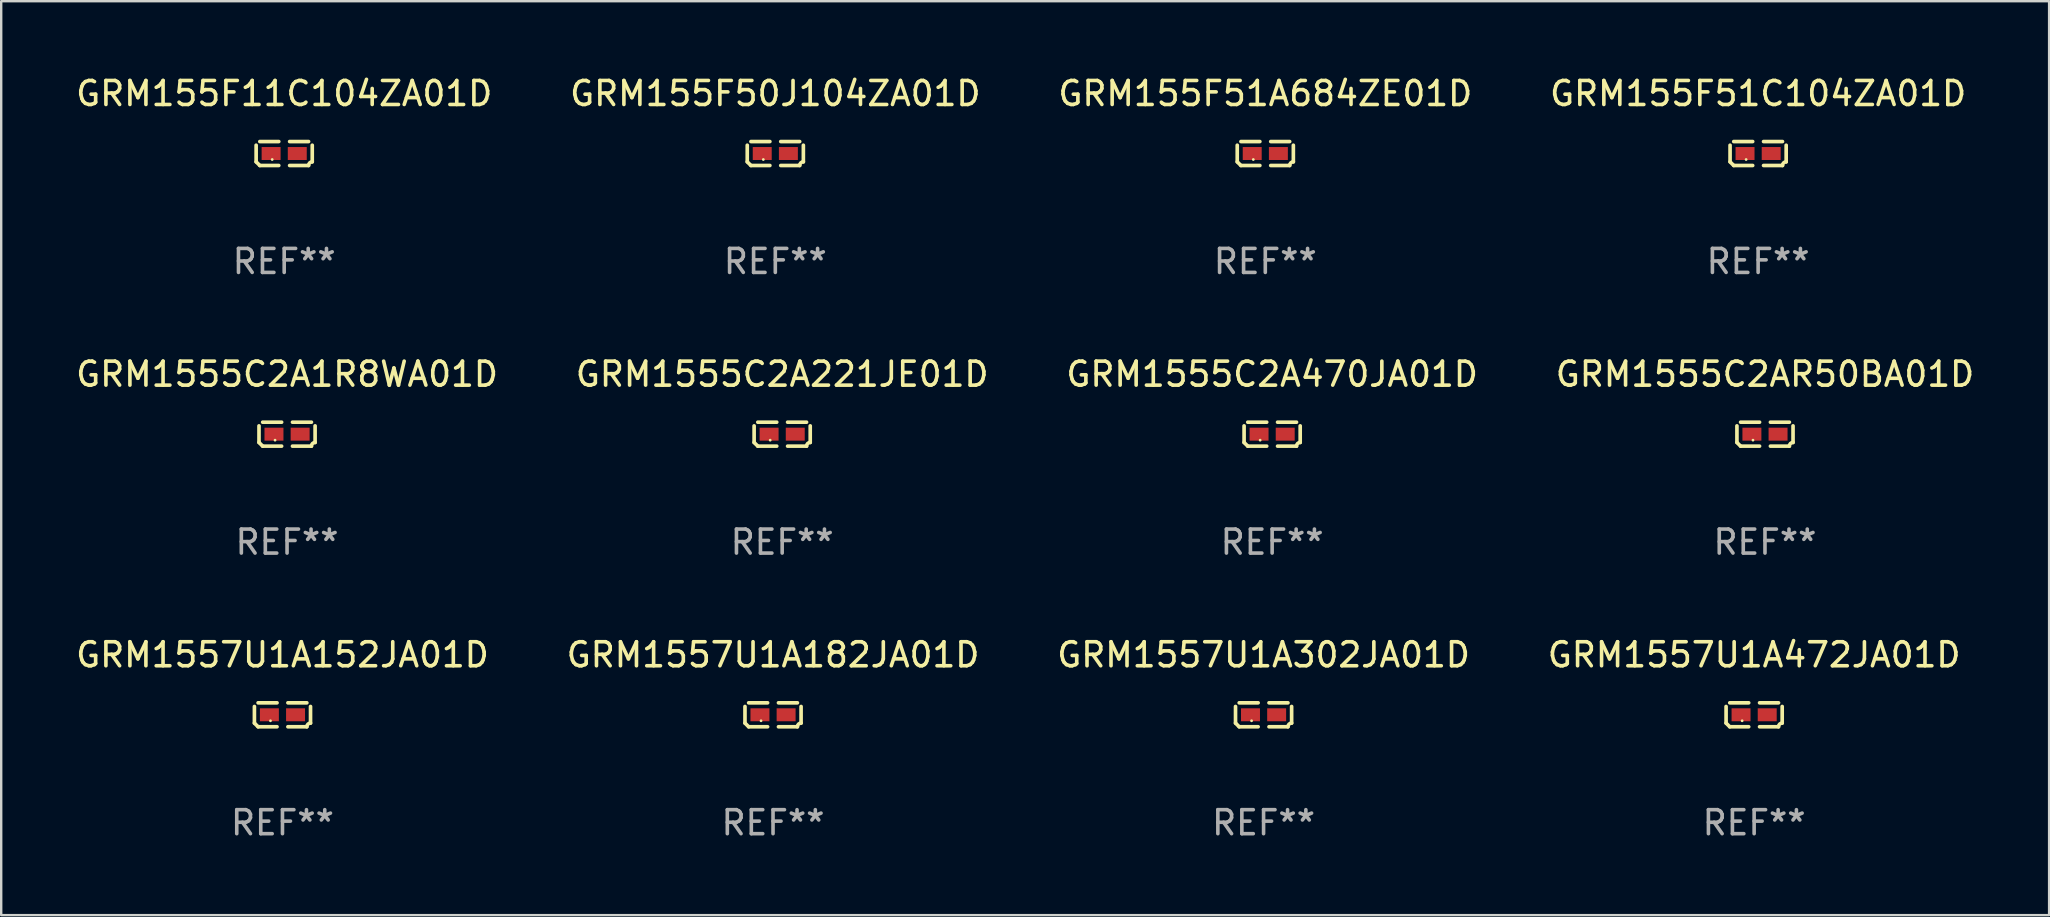
<source format=kicad_pcb>
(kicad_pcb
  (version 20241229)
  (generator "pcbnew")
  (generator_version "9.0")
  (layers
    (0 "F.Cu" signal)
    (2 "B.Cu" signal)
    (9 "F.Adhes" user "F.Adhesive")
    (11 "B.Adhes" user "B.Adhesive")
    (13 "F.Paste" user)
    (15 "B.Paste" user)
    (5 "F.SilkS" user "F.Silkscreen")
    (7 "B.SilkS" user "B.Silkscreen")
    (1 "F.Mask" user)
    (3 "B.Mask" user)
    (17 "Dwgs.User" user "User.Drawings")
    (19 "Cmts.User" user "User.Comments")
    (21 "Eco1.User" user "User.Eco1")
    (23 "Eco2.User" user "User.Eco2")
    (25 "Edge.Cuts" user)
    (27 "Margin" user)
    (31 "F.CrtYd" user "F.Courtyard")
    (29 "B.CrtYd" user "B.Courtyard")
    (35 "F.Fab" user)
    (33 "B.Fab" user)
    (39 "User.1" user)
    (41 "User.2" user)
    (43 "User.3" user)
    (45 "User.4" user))
  (footprint "GRM1557U1A152JA01D"
    (layer "F.Cu")
    (at 8.72 26.734)
    (property "Reference" "GRM1557U1A152JA01D" (at 0 -2.499 0) (layer "F.SilkS") (effects (font (size 1 1) (thickness 0.15))))
    (attr through_hole)
    (fp_line (start -1.169 0.346) (end -1.169 -0.346) (stroke (width 0.152) (type solid)) (layer "F.SilkS"))
    (fp_line (start -1.016 -0.499) (end -0.226 -0.499) (stroke (width 0.152) (type solid)) (layer "F.SilkS"))
    (fp_line (start -0.226 0.499) (end -1.016 0.499) (stroke (width 0.152) (type solid)) (layer "F.SilkS"))
    (fp_line (start 0.226 0.499) (end 1.016 0.499) (stroke (width 0.152) (type solid)) (layer "F.SilkS"))
    (fp_line (start 1.016 -0.499) (end 0.226 -0.499) (stroke (width 0.152) (type solid)) (layer "F.SilkS"))
    (fp_line (start 1.169 0.346) (end 1.169 -0.346) (stroke (width 0.152) (type solid)) (layer "F.SilkS"))
    (fp_arc (start -1.016307 0.498603) (mid -1.092512 0.422405) (end -1.16871 0.3462) (stroke (width 0.1524) (type solid)) (layer "F.SilkS"))
    (fp_arc (start 1.016307 0.498603) (mid 1.060899 0.390758) (end 1.168707 0.346076) (stroke (width 0.1524) (type solid)) (layer "F.SilkS"))
    (fp_circle (center -0.5 0.25) (end -0.47 0.25) (stroke (width 0.06) (type solid)) (fill no) (layer "F.SilkS"))
    (fp_text user "REF**" (at 0 4.499 0) (layer "F.Fab") (effects (font (size 1 1) (thickness 0.15))))
    (pad "1" smd rect (at -0.545 0) (size 0.79 0.54) (layers "F.Cu" "F.Mask" "F.Paste"))
    (pad "2" smd rect (at 0.545 0) (size 0.79 0.54) (layers "F.Cu" "F.Mask" "F.Paste")))
  (footprint "GRM155F51A684ZE01D"
    (layer "F.Cu")
    (at 49.673 3.347)
    (property "Reference" "GRM155F51A684ZE01D" (at 0 -2.499 0) (layer "F.SilkS") (effects (font (size 1 1) (thickness 0.15))))
    (attr through_hole)
    (fp_line (start -1.169 0.346) (end -1.169 -0.346) (stroke (width 0.152) (type solid)) (layer "F.SilkS"))
    (fp_line (start -1.016 -0.499) (end -0.226 -0.499) (stroke (width 0.152) (type solid)) (layer "F.SilkS"))
    (fp_line (start -0.226 0.499) (end -1.016 0.499) (stroke (width 0.152) (type solid)) (layer "F.SilkS"))
    (fp_line (start 0.226 0.499) (end 1.016 0.499) (stroke (width 0.152) (type solid)) (layer "F.SilkS"))
    (fp_line (start 1.016 -0.499) (end 0.226 -0.499) (stroke (width 0.152) (type solid)) (layer "F.SilkS"))
    (fp_line (start 1.169 0.346) (end 1.169 -0.346) (stroke (width 0.152) (type solid)) (layer "F.SilkS"))
    (fp_arc (start -1.016307 0.498603) (mid -1.092512 0.422405) (end -1.16871 0.3462) (stroke (width 0.1524) (type solid)) (layer "F.SilkS"))
    (fp_arc (start 1.016307 0.498603) (mid 1.060899 0.390758) (end 1.168707 0.346076) (stroke (width 0.1524) (type solid)) (layer "F.SilkS"))
    (fp_circle (center -0.5 0.25) (end -0.47 0.25) (stroke (width 0.06) (type solid)) (fill no) (layer "F.SilkS"))
    (fp_text user "REF**" (at 0 4.499 0) (layer "F.Fab") (effects (font (size 1 1) (thickness 0.15))))
    (pad "1" smd rect (at -0.545 0) (size 0.79 0.54) (layers "F.Cu" "F.Mask" "F.Paste"))
    (pad "2" smd rect (at 0.545 0) (size 0.79 0.54) (layers "F.Cu" "F.Mask" "F.Paste")))
  (footprint "GRM155F50J104ZA01D"
    (layer "F.Cu")
    (at 29.256 3.347)
    (property "Reference" "GRM155F50J104ZA01D" (at 0 -2.499 0) (layer "F.SilkS") (effects (font (size 1 1) (thickness 0.15))))
    (attr through_hole)
    (fp_line (start -1.169 0.346) (end -1.169 -0.346) (stroke (width 0.152) (type solid)) (layer "F.SilkS"))
    (fp_line (start -1.016 -0.499) (end -0.226 -0.499) (stroke (width 0.152) (type solid)) (layer "F.SilkS"))
    (fp_line (start -0.226 0.499) (end -1.016 0.499) (stroke (width 0.152) (type solid)) (layer "F.SilkS"))
    (fp_line (start 0.226 0.499) (end 1.016 0.499) (stroke (width 0.152) (type solid)) (layer "F.SilkS"))
    (fp_line (start 1.016 -0.499) (end 0.226 -0.499) (stroke (width 0.152) (type solid)) (layer "F.SilkS"))
    (fp_line (start 1.169 0.346) (end 1.169 -0.346) (stroke (width 0.152) (type solid)) (layer "F.SilkS"))
    (fp_arc (start -1.016307 0.498603) (mid -1.092512 0.422405) (end -1.16871 0.3462) (stroke (width 0.1524) (type solid)) (layer "F.SilkS"))
    (fp_arc (start 1.016307 0.498603) (mid 1.060899 0.390758) (end 1.168707 0.346076) (stroke (width 0.1524) (type solid)) (layer "F.SilkS"))
    (fp_circle (center -0.5 0.25) (end -0.47 0.25) (stroke (width 0.06) (type solid)) (fill no) (layer "F.SilkS"))
    (fp_text user "REF**" (at 0 4.499 0) (layer "F.Fab") (effects (font (size 1 1) (thickness 0.15))))
    (pad "1" smd rect (at -0.545 0) (size 0.79 0.54) (layers "F.Cu" "F.Mask" "F.Paste"))
    (pad "2" smd rect (at 0.545 0) (size 0.79 0.54) (layers "F.Cu" "F.Mask" "F.Paste")))
  (footprint "GRM1555C2A1R8WA01D"
    (layer "F.Cu")
    (at 8.911 15.041)
    (property "Reference" "GRM1555C2A1R8WA01D" (at 0 -2.499 0) (layer "F.SilkS") (effects (font (size 1 1) (thickness 0.15))))
    (attr through_hole)
    (fp_line (start -1.169 0.346) (end -1.169 -0.346) (stroke (width 0.152) (type solid)) (layer "F.SilkS"))
    (fp_line (start -1.016 -0.499) (end -0.226 -0.499) (stroke (width 0.152) (type solid)) (layer "F.SilkS"))
    (fp_line (start -0.226 0.499) (end -1.016 0.499) (stroke (width 0.152) (type solid)) (layer "F.SilkS"))
    (fp_line (start 0.226 0.499) (end 1.016 0.499) (stroke (width 0.152) (type solid)) (layer "F.SilkS"))
    (fp_line (start 1.016 -0.499) (end 0.226 -0.499) (stroke (width 0.152) (type solid)) (layer "F.SilkS"))
    (fp_line (start 1.169 0.346) (end 1.169 -0.346) (stroke (width 0.152) (type solid)) (layer "F.SilkS"))
    (fp_arc (start -1.016307 0.498603) (mid -1.092512 0.422405) (end -1.16871 0.3462) (stroke (width 0.1524) (type solid)) (layer "F.SilkS"))
    (fp_arc (start 1.016307 0.498603) (mid 1.060899 0.390758) (end 1.168707 0.346076) (stroke (width 0.1524) (type solid)) (layer "F.SilkS"))
    (fp_circle (center -0.5 0.25) (end -0.47 0.25) (stroke (width 0.06) (type solid)) (fill no) (layer "F.SilkS"))
    (fp_text user "REF**" (at 0 4.499 0) (layer "F.Fab") (effects (font (size 1 1) (thickness 0.15))))
    (pad "1" smd rect (at -0.545 0) (size 0.79 0.54) (layers "F.Cu" "F.Mask" "F.Paste"))
    (pad "2" smd rect (at 0.545 0) (size 0.79 0.54) (layers "F.Cu" "F.Mask" "F.Paste")))
  (footprint "GRM155F11C104ZA01D"
    (layer "F.Cu")
    (at 8.792 3.347)
    (property "Reference" "GRM155F11C104ZA01D" (at 0 -2.499 0) (layer "F.SilkS") (effects (font (size 1 1) (thickness 0.15))))
    (attr through_hole)
    (fp_line (start -1.169 0.346) (end -1.169 -0.346) (stroke (width 0.152) (type solid)) (layer "F.SilkS"))
    (fp_line (start -1.016 -0.499) (end -0.226 -0.499) (stroke (width 0.152) (type solid)) (layer "F.SilkS"))
    (fp_line (start -0.226 0.499) (end -1.016 0.499) (stroke (width 0.152) (type solid)) (layer "F.SilkS"))
    (fp_line (start 0.226 0.499) (end 1.016 0.499) (stroke (width 0.152) (type solid)) (layer "F.SilkS"))
    (fp_line (start 1.016 -0.499) (end 0.226 -0.499) (stroke (width 0.152) (type solid)) (layer "F.SilkS"))
    (fp_line (start 1.169 0.346) (end 1.169 -0.346) (stroke (width 0.152) (type solid)) (layer "F.SilkS"))
    (fp_arc (start -1.016307 0.498603) (mid -1.092512 0.422405) (end -1.16871 0.3462) (stroke (width 0.1524) (type solid)) (layer "F.SilkS"))
    (fp_arc (start 1.016307 0.498603) (mid 1.060899 0.390758) (end 1.168707 0.346076) (stroke (width 0.1524) (type solid)) (layer "F.SilkS"))
    (fp_circle (center -0.5 0.25) (end -0.47 0.25) (stroke (width 0.06) (type solid)) (fill no) (layer "F.SilkS"))
    (fp_text user "REF**" (at 0 4.499 0) (layer "F.Fab") (effects (font (size 1 1) (thickness 0.15))))
    (pad "1" smd rect (at -0.545 0) (size 0.79 0.54) (layers "F.Cu" "F.Mask" "F.Paste"))
    (pad "2" smd rect (at 0.545 0) (size 0.79 0.54) (layers "F.Cu" "F.Mask" "F.Paste")))
  (footprint "GRM1555C2A221JE01D"
    (layer "F.Cu")
    (at 29.542 15.041)
    (property "Reference" "GRM1555C2A221JE01D" (at 0 -2.499 0) (layer "F.SilkS") (effects (font (size 1 1) (thickness 0.15))))
    (attr through_hole)
    (fp_line (start -1.169 0.346) (end -1.169 -0.346) (stroke (width 0.152) (type solid)) (layer "F.SilkS"))
    (fp_line (start -1.016 -0.499) (end -0.226 -0.499) (stroke (width 0.152) (type solid)) (layer "F.SilkS"))
    (fp_line (start -0.226 0.499) (end -1.016 0.499) (stroke (width 0.152) (type solid)) (layer "F.SilkS"))
    (fp_line (start 0.226 0.499) (end 1.016 0.499) (stroke (width 0.152) (type solid)) (layer "F.SilkS"))
    (fp_line (start 1.016 -0.499) (end 0.226 -0.499) (stroke (width 0.152) (type solid)) (layer "F.SilkS"))
    (fp_line (start 1.169 0.346) (end 1.169 -0.346) (stroke (width 0.152) (type solid)) (layer "F.SilkS"))
    (fp_arc (start -1.016307 0.498603) (mid -1.092512 0.422405) (end -1.16871 0.3462) (stroke (width 0.1524) (type solid)) (layer "F.SilkS"))
    (fp_arc (start 1.016307 0.498603) (mid 1.060899 0.390758) (end 1.168707 0.346076) (stroke (width 0.1524) (type solid)) (layer "F.SilkS"))
    (fp_circle (center -0.5 0.25) (end -0.47 0.25) (stroke (width 0.06) (type solid)) (fill no) (layer "F.SilkS"))
    (fp_text user "REF**" (at 0 4.499 0) (layer "F.Fab") (effects (font (size 1 1) (thickness 0.15))))
    (pad "1" smd rect (at -0.545 0) (size 0.79 0.54) (layers "F.Cu" "F.Mask" "F.Paste"))
    (pad "2" smd rect (at 0.545 0) (size 0.79 0.54) (layers "F.Cu" "F.Mask" "F.Paste")))
  (footprint "GRM1557U1A302JA01D"
    (layer "F.Cu")
    (at 49.601 26.734)
    (property "Reference" "GRM1557U1A302JA01D" (at 0 -2.499 0) (layer "F.SilkS") (effects (font (size 1 1) (thickness 0.15))))
    (attr through_hole)
    (fp_line (start -1.169 0.346) (end -1.169 -0.346) (stroke (width 0.152) (type solid)) (layer "F.SilkS"))
    (fp_line (start -1.016 -0.499) (end -0.226 -0.499) (stroke (width 0.152) (type solid)) (layer "F.SilkS"))
    (fp_line (start -0.226 0.499) (end -1.016 0.499) (stroke (width 0.152) (type solid)) (layer "F.SilkS"))
    (fp_line (start 0.226 0.499) (end 1.016 0.499) (stroke (width 0.152) (type solid)) (layer "F.SilkS"))
    (fp_line (start 1.016 -0.499) (end 0.226 -0.499) (stroke (width 0.152) (type solid)) (layer "F.SilkS"))
    (fp_line (start 1.169 0.346) (end 1.169 -0.346) (stroke (width 0.152) (type solid)) (layer "F.SilkS"))
    (fp_arc (start -1.016307 0.498603) (mid -1.092512 0.422405) (end -1.16871 0.3462) (stroke (width 0.1524) (type solid)) (layer "F.SilkS"))
    (fp_arc (start 1.016307 0.498603) (mid 1.060899 0.390758) (end 1.168707 0.346076) (stroke (width 0.1524) (type solid)) (layer "F.SilkS"))
    (fp_circle (center -0.5 0.25) (end -0.47 0.25) (stroke (width 0.06) (type solid)) (fill no) (layer "F.SilkS"))
    (fp_text user "REF**" (at 0 4.499 0) (layer "F.Fab") (effects (font (size 1 1) (thickness 0.15))))
    (pad "1" smd rect (at -0.545 0) (size 0.79 0.54) (layers "F.Cu" "F.Mask" "F.Paste"))
    (pad "2" smd rect (at 0.545 0) (size 0.79 0.54) (layers "F.Cu" "F.Mask" "F.Paste")))
  (footprint "GRM1557U1A472JA01D"
    (layer "F.Cu")
    (at 70.042 26.734)
    (property "Reference" "GRM1557U1A472JA01D" (at 0 -2.499 0) (layer "F.SilkS") (effects (font (size 1 1) (thickness 0.15))))
    (attr through_hole)
    (fp_line (start -1.169 0.346) (end -1.169 -0.346) (stroke (width 0.152) (type solid)) (layer "F.SilkS"))
    (fp_line (start -1.016 -0.499) (end -0.226 -0.499) (stroke (width 0.152) (type solid)) (layer "F.SilkS"))
    (fp_line (start -0.226 0.499) (end -1.016 0.499) (stroke (width 0.152) (type solid)) (layer "F.SilkS"))
    (fp_line (start 0.226 0.499) (end 1.016 0.499) (stroke (width 0.152) (type solid)) (layer "F.SilkS"))
    (fp_line (start 1.016 -0.499) (end 0.226 -0.499) (stroke (width 0.152) (type solid)) (layer "F.SilkS"))
    (fp_line (start 1.169 0.346) (end 1.169 -0.346) (stroke (width 0.152) (type solid)) (layer "F.SilkS"))
    (fp_arc (start -1.016307 0.498603) (mid -1.092512 0.422405) (end -1.16871 0.3462) (stroke (width 0.1524) (type solid)) (layer "F.SilkS"))
    (fp_arc (start 1.016307 0.498603) (mid 1.060899 0.390758) (end 1.168707 0.346076) (stroke (width 0.1524) (type solid)) (layer "F.SilkS"))
    (fp_circle (center -0.5 0.25) (end -0.47 0.25) (stroke (width 0.06) (type solid)) (fill no) (layer "F.SilkS"))
    (fp_text user "REF**" (at 0 4.499 0) (layer "F.Fab") (effects (font (size 1 1) (thickness 0.15))))
    (pad "1" smd rect (at -0.545 0) (size 0.79 0.54) (layers "F.Cu" "F.Mask" "F.Paste"))
    (pad "2" smd rect (at 0.545 0) (size 0.79 0.54) (layers "F.Cu" "F.Mask" "F.Paste")))
  (footprint "GRM1555C2AR50BA01D"
    (layer "F.Cu")
    (at 70.494 15.041)
    (property "Reference" "GRM1555C2AR50BA01D" (at 0 -2.499 0) (layer "F.SilkS") (effects (font (size 1 1) (thickness 0.15))))
    (attr through_hole)
    (fp_line (start -1.169 0.346) (end -1.169 -0.346) (stroke (width 0.152) (type solid)) (layer "F.SilkS"))
    (fp_line (start -1.016 -0.499) (end -0.226 -0.499) (stroke (width 0.152) (type solid)) (layer "F.SilkS"))
    (fp_line (start -0.226 0.499) (end -1.016 0.499) (stroke (width 0.152) (type solid)) (layer "F.SilkS"))
    (fp_line (start 0.226 0.499) (end 1.016 0.499) (stroke (width 0.152) (type solid)) (layer "F.SilkS"))
    (fp_line (start 1.016 -0.499) (end 0.226 -0.499) (stroke (width 0.152) (type solid)) (layer "F.SilkS"))
    (fp_line (start 1.169 0.346) (end 1.169 -0.346) (stroke (width 0.152) (type solid)) (layer "F.SilkS"))
    (fp_arc (start -1.016307 0.498603) (mid -1.092512 0.422405) (end -1.16871 0.3462) (stroke (width 0.1524) (type solid)) (layer "F.SilkS"))
    (fp_arc (start 1.016307 0.498603) (mid 1.060899 0.390758) (end 1.168707 0.346076) (stroke (width 0.1524) (type solid)) (layer "F.SilkS"))
    (fp_circle (center -0.5 0.25) (end -0.47 0.25) (stroke (width 0.06) (type solid)) (fill no) (layer "F.SilkS"))
    (fp_text user "REF**" (at 0 4.499 0) (layer "F.Fab") (effects (font (size 1 1) (thickness 0.15))))
    (pad "1" smd rect (at -0.545 0) (size 0.79 0.54) (layers "F.Cu" "F.Mask" "F.Paste"))
    (pad "2" smd rect (at 0.545 0) (size 0.79 0.54) (layers "F.Cu" "F.Mask" "F.Paste")))
  (footprint "GRM1557U1A182JA01D"
    (layer "F.Cu")
    (at 29.161 26.734)
    (property "Reference" "GRM1557U1A182JA01D" (at 0 -2.499 0) (layer "F.SilkS") (effects (font (size 1 1) (thickness 0.15))))
    (attr through_hole)
    (fp_line (start -1.169 0.346) (end -1.169 -0.346) (stroke (width 0.152) (type solid)) (layer "F.SilkS"))
    (fp_line (start -1.016 -0.499) (end -0.226 -0.499) (stroke (width 0.152) (type solid)) (layer "F.SilkS"))
    (fp_line (start -0.226 0.499) (end -1.016 0.499) (stroke (width 0.152) (type solid)) (layer "F.SilkS"))
    (fp_line (start 0.226 0.499) (end 1.016 0.499) (stroke (width 0.152) (type solid)) (layer "F.SilkS"))
    (fp_line (start 1.016 -0.499) (end 0.226 -0.499) (stroke (width 0.152) (type solid)) (layer "F.SilkS"))
    (fp_line (start 1.169 0.346) (end 1.169 -0.346) (stroke (width 0.152) (type solid)) (layer "F.SilkS"))
    (fp_arc (start -1.016307 0.498603) (mid -1.092512 0.422405) (end -1.16871 0.3462) (stroke (width 0.1524) (type solid)) (layer "F.SilkS"))
    (fp_arc (start 1.016307 0.498603) (mid 1.060899 0.390758) (end 1.168707 0.346076) (stroke (width 0.1524) (type solid)) (layer "F.SilkS"))
    (fp_circle (center -0.5 0.25) (end -0.47 0.25) (stroke (width 0.06) (type solid)) (fill no) (layer "F.SilkS"))
    (fp_text user "REF**" (at 0 4.499 0) (layer "F.Fab") (effects (font (size 1 1) (thickness 0.15))))
    (pad "1" smd rect (at -0.545 0) (size 0.79 0.54) (layers "F.Cu" "F.Mask" "F.Paste"))
    (pad "2" smd rect (at 0.545 0) (size 0.79 0.54) (layers "F.Cu" "F.Mask" "F.Paste")))
  (footprint "GRM1555C2A470JA01D"
    (layer "F.Cu")
    (at 49.958 15.041)
    (property "Reference" "GRM1555C2A470JA01D" (at 0 -2.499 0) (layer "F.SilkS") (effects (font (size 1 1) (thickness 0.15))))
    (attr through_hole)
    (fp_line (start -1.169 0.346) (end -1.169 -0.346) (stroke (width 0.152) (type solid)) (layer "F.SilkS"))
    (fp_line (start -1.016 -0.499) (end -0.226 -0.499) (stroke (width 0.152) (type solid)) (layer "F.SilkS"))
    (fp_line (start -0.226 0.499) (end -1.016 0.499) (stroke (width 0.152) (type solid)) (layer "F.SilkS"))
    (fp_line (start 0.226 0.499) (end 1.016 0.499) (stroke (width 0.152) (type solid)) (layer "F.SilkS"))
    (fp_line (start 1.016 -0.499) (end 0.226 -0.499) (stroke (width 0.152) (type solid)) (layer "F.SilkS"))
    (fp_line (start 1.169 0.346) (end 1.169 -0.346) (stroke (width 0.152) (type solid)) (layer "F.SilkS"))
    (fp_arc (start -1.016307 0.498603) (mid -1.092512 0.422405) (end -1.16871 0.3462) (stroke (width 0.1524) (type solid)) (layer "F.SilkS"))
    (fp_arc (start 1.016307 0.498603) (mid 1.060899 0.390758) (end 1.168707 0.346076) (stroke (width 0.1524) (type solid)) (layer "F.SilkS"))
    (fp_circle (center -0.5 0.25) (end -0.47 0.25) (stroke (width 0.06) (type solid)) (fill no) (layer "F.SilkS"))
    (fp_text user "REF**" (at 0 4.499 0) (layer "F.Fab") (effects (font (size 1 1) (thickness 0.15))))
    (pad "1" smd rect (at -0.545 0) (size 0.79 0.54) (layers "F.Cu" "F.Mask" "F.Paste"))
    (pad "2" smd rect (at 0.545 0) (size 0.79 0.54) (layers "F.Cu" "F.Mask" "F.Paste")))
  (footprint "GRM155F51C104ZA01D"
    (layer "F.Cu")
    (at 70.208 3.347)
    (property "Reference" "GRM155F51C104ZA01D" (at 0 -2.499 0) (layer "F.SilkS") (effects (font (size 1 1) (thickness 0.15))))
    (attr through_hole)
    (fp_line (start -1.169 0.346) (end -1.169 -0.346) (stroke (width 0.152) (type solid)) (layer "F.SilkS"))
    (fp_line (start -1.016 -0.499) (end -0.226 -0.499) (stroke (width 0.152) (type solid)) (layer "F.SilkS"))
    (fp_line (start -0.226 0.499) (end -1.016 0.499) (stroke (width 0.152) (type solid)) (layer "F.SilkS"))
    (fp_line (start 0.226 0.499) (end 1.016 0.499) (stroke (width 0.152) (type solid)) (layer "F.SilkS"))
    (fp_line (start 1.016 -0.499) (end 0.226 -0.499) (stroke (width 0.152) (type solid)) (layer "F.SilkS"))
    (fp_line (start 1.169 0.346) (end 1.169 -0.346) (stroke (width 0.152) (type solid)) (layer "F.SilkS"))
    (fp_arc (start -1.016307 0.498603) (mid -1.092512 0.422405) (end -1.16871 0.3462) (stroke (width 0.1524) (type solid)) (layer "F.SilkS"))
    (fp_arc (start 1.016307 0.498603) (mid 1.060899 0.390758) (end 1.168707 0.346076) (stroke (width 0.1524) (type solid)) (layer "F.SilkS"))
    (fp_circle (center -0.5 0.25) (end -0.47 0.25) (stroke (width 0.06) (type solid)) (fill no) (layer "F.SilkS"))
    (fp_text user "REF**" (at 0 4.499 0) (layer "F.Fab") (effects (font (size 1 1) (thickness 0.15))))
    (pad "1" smd rect (at -0.545 0) (size 0.79 0.54) (layers "F.Cu" "F.Mask" "F.Paste"))
    (pad "2" smd rect (at 0.545 0) (size 0.79 0.54) (layers "F.Cu" "F.Mask" "F.Paste")))
  (gr_rect
    (start -3 -3)
    (end 82.333 35.081)
    (stroke (width 0.1) (type default))
    (fill no)
    (layer "Edge.Cuts")))
</source>
